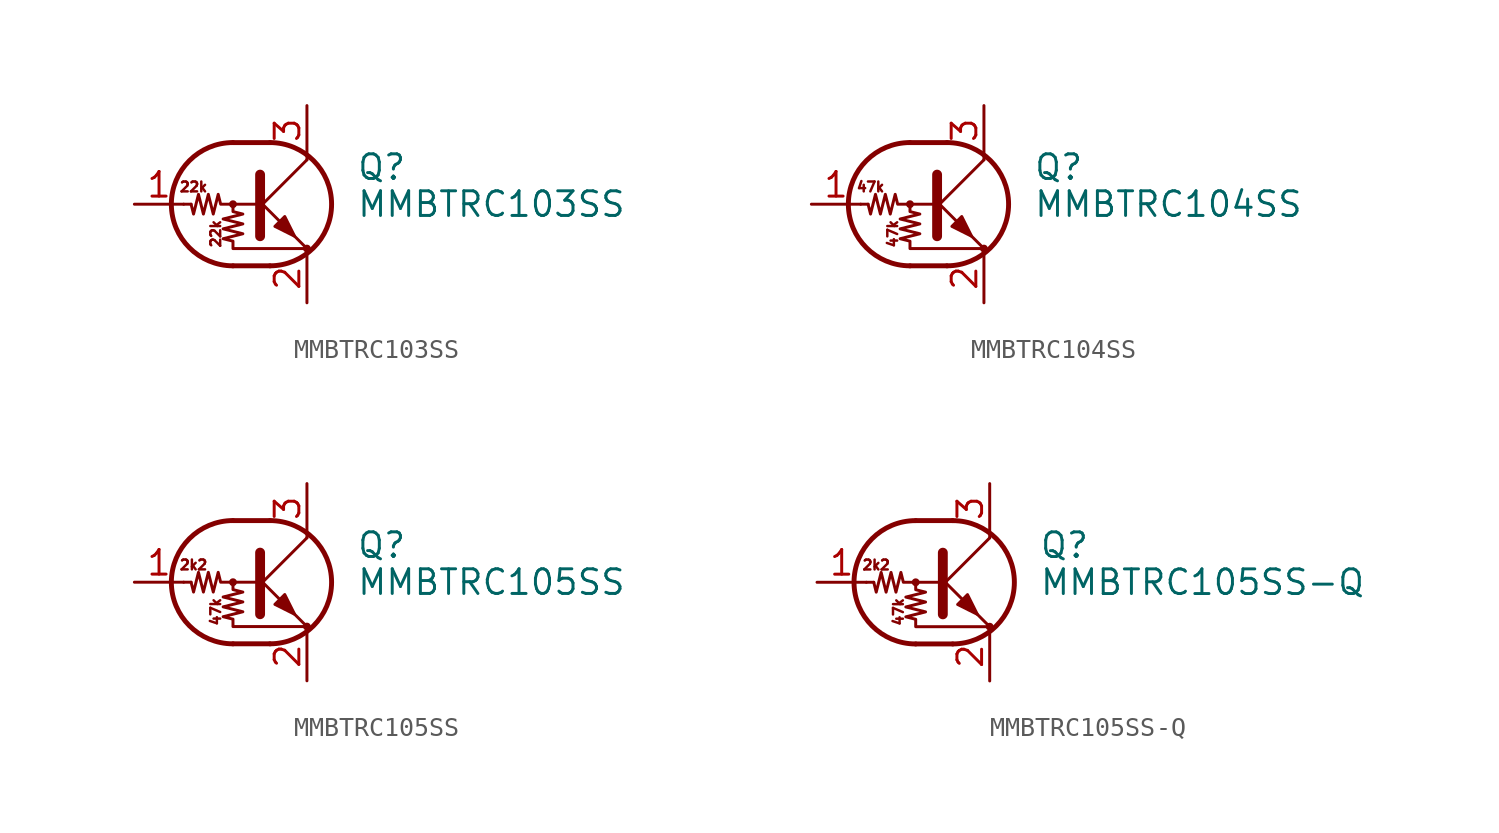
<source format=kicad_sym>
(kicad_symbol_lib
  (version 20241209)
  (generator "kicad_symbol_editor")
  (generator_version "9.0")
  (symbol "MMBTRC103SS"
    (pin_names
      (offset 0)
      (hide yes))
    (property "Reference" "Q"
      (at 5.08 1.905 0)
      (effects (font (size 1.27 1.27)) (justify left)))
    (property "Value" "MMBTRC103SS"
      (at 5.08 0 0)
      (effects (font (size 1.27 1.27)) (justify left)))
    (symbol "MMBTRC103SS_0_0"
      (text "22k" (at -3.302 0.889 0) (effects (font (size 0.508 0.508))))
      (text "22k" (at -2.159 -1.524 900) (effects (font (size 0.508 0.508)))))
    (symbol "MMBTRC103SS_0_1"
      (polyline (pts (xy -3.429 0) (xy -3.81 0)) (stroke (width 0) (type default)) (fill (type none)))
      (polyline (pts (xy -1.27 3.175) (xy 0.635 3.175)) (stroke (width 0.254) (type default)) (fill (type none)))
      (circle (center -1.27 0) (radius 0.127) (stroke (width 0) (type default)) (fill (type none)))
      (polyline (pts (xy -1.27 0) (xy -1.27 -0.381) (xy -0.762 -0.508) (xy -1.778 -0.762) (xy -0.762 -1.016) (xy -1.778 -1.27) (xy -0.762 -1.524) (xy -1.778 -1.778) (xy -1.27 -1.905) (xy -1.27 -2.286) (xy 2.54 -2.286)) (stroke (width 0) (type default)) (fill (type none)))
      (polyline (pts (xy -1.27 -3.175) (xy 0.635 -3.175)) (stroke (width 0.254) (type default)) (fill (type none)))
      (arc (start -1.27 -3.175) (mid -4.4312 0) (end -1.27 3.175) (stroke (width 0.254) (type default)) (fill (type none)))
      (polyline (pts (xy 0 0) (xy -1.905 0) (xy -2.032 0.508) (xy -2.286 -0.508) (xy -2.54 0.508) (xy -2.794 -0.508) (xy -3.048 0.508) (xy -3.302 -0.508) (xy -3.429 0)) (stroke (width 0) (type default)) (fill (type none)))
      (polyline (pts (xy 0 -0.254) (xy 2.54 2.286)) (stroke (width 0) (type default)) (fill (type none)))
      (polyline (pts (xy 0.127 1.524) (xy 0.127 -1.651)) (stroke (width 0.508) (type default)) (fill (type outline)))
      (arc (start 0.635 3.175) (mid 3.7962 0) (end 0.635 -3.175) (stroke (width 0.254) (type default)) (fill (type none)))
      (polyline (pts (xy 0.889 -1.143) (xy 1.397 -0.635) (xy 1.905 -1.651) (xy 0.889 -1.143)) (stroke (width 0) (type default)) (fill (type outline)))
      (polyline (pts (xy 2.54 2.286) (xy 2.54 2.54)) (stroke (width 0) (type default)) (fill (type none)))
      (polyline (pts (xy 2.54 -2.286) (xy 0 0.254) (xy 0 0.254)) (stroke (width 0) (type default)) (fill (type none)))
      (circle (center 2.54 -2.286) (radius 0.127) (stroke (width 0) (type default)) (fill (type none))))
    (symbol "MMBTRC103SS_1_1"
      (pin input line (at -6.35 0 0) (length 2.54) (name "B" (effects (font (size 1.27 1.27)))) (number "1" (effects (font (size 1.27 1.27)))))
      (pin passive line (at 2.54 5.08 270) (length 2.54) (name "C" (effects (font (size 1.27 1.27)))) (number "3" (effects (font (size 1.27 1.27)))))
      (pin passive line (at 2.54 -5.08 90) (length 2.54) (name "E" (effects (font (size 1.27 1.27)))) (number "2" (effects (font (size 1.27 1.27)))))))
  (symbol "MMBTRC104SS"
    (pin_names
      (offset 0)
      (hide yes))
    (property "Reference" "Q"
      (at 5.08 1.905 0)
      (effects (font (size 1.27 1.27)) (justify left)))
    (property "Value" "MMBTRC104SS"
      (at 5.08 0 0)
      (effects (font (size 1.27 1.27)) (justify left)))
    (symbol "MMBTRC104SS_0_0"
      (text "47k" (at -3.302 0.889 0) (effects (font (size 0.508 0.508))))
      (text "47k" (at -2.159 -1.524 900) (effects (font (size 0.508 0.508)))))
    (symbol "MMBTRC104SS_0_1"
      (polyline (pts (xy -3.429 0) (xy -3.81 0)) (stroke (width 0) (type default)) (fill (type none)))
      (polyline (pts (xy -1.27 3.175) (xy 0.635 3.175)) (stroke (width 0.254) (type default)) (fill (type none)))
      (circle (center -1.27 0) (radius 0.127) (stroke (width 0) (type default)) (fill (type none)))
      (polyline (pts (xy -1.27 0) (xy -1.27 -0.381) (xy -0.762 -0.508) (xy -1.778 -0.762) (xy -0.762 -1.016) (xy -1.778 -1.27) (xy -0.762 -1.524) (xy -1.778 -1.778) (xy -1.27 -1.905) (xy -1.27 -2.286) (xy 2.54 -2.286)) (stroke (width 0) (type default)) (fill (type none)))
      (polyline (pts (xy -1.27 -3.175) (xy 0.635 -3.175)) (stroke (width 0.254) (type default)) (fill (type none)))
      (arc (start -1.27 -3.175) (mid -4.4312 0) (end -1.27 3.175) (stroke (width 0.254) (type default)) (fill (type none)))
      (polyline (pts (xy 0 0) (xy -1.905 0) (xy -2.032 0.508) (xy -2.286 -0.508) (xy -2.54 0.508) (xy -2.794 -0.508) (xy -3.048 0.508) (xy -3.302 -0.508) (xy -3.429 0)) (stroke (width 0) (type default)) (fill (type none)))
      (polyline (pts (xy 0 -0.254) (xy 2.54 2.286)) (stroke (width 0) (type default)) (fill (type none)))
      (polyline (pts (xy 0.127 1.524) (xy 0.127 -1.651)) (stroke (width 0.508) (type default)) (fill (type outline)))
      (arc (start 0.635 3.175) (mid 3.7962 0) (end 0.635 -3.175) (stroke (width 0.254) (type default)) (fill (type none)))
      (polyline (pts (xy 0.889 -1.143) (xy 1.397 -0.635) (xy 1.905 -1.651) (xy 0.889 -1.143)) (stroke (width 0) (type default)) (fill (type outline)))
      (polyline (pts (xy 2.54 2.286) (xy 2.54 2.54)) (stroke (width 0) (type default)) (fill (type none)))
      (polyline (pts (xy 2.54 -2.286) (xy 0 0.254) (xy 0 0.254)) (stroke (width 0) (type default)) (fill (type none)))
      (circle (center 2.54 -2.286) (radius 0.127) (stroke (width 0) (type default)) (fill (type none))))
    (symbol "MMBTRC104SS_1_1"
      (pin input line (at -6.35 0 0) (length 2.54) (name "B" (effects (font (size 1.27 1.27)))) (number "1" (effects (font (size 1.27 1.27)))))
      (pin passive line (at 2.54 5.08 270) (length 2.54) (name "C" (effects (font (size 1.27 1.27)))) (number "3" (effects (font (size 1.27 1.27)))))
      (pin passive line (at 2.54 -5.08 90) (length 2.54) (name "E" (effects (font (size 1.27 1.27)))) (number "2" (effects (font (size 1.27 1.27)))))))
  (symbol "MMBTRC105SS"
    (pin_names
      (offset 0)
      (hide yes))
    (property "Reference" "Q"
      (at 5.08 1.905 0)
      (effects (font (size 1.27 1.27)) (justify left)))
    (property "Value" "MMBTRC105SS"
      (at 5.08 0 0)
      (effects (font (size 1.27 1.27)) (justify left)))
    (symbol "MMBTRC105SS_0_0"
      (text "2k2" (at -3.302 0.889 0) (effects (font (size 0.508 0.508))))
      (text "47k" (at -2.159 -1.524 900) (effects (font (size 0.508 0.508)))))
    (symbol "MMBTRC105SS_0_1"
      (polyline (pts (xy -3.429 0) (xy -3.81 0)) (stroke (width 0) (type default)) (fill (type none)))
      (polyline (pts (xy -1.27 3.175) (xy 0.635 3.175)) (stroke (width 0.254) (type default)) (fill (type none)))
      (circle (center -1.27 0) (radius 0.127) (stroke (width 0) (type default)) (fill (type none)))
      (polyline (pts (xy -1.27 0) (xy -1.27 -0.381) (xy -0.762 -0.508) (xy -1.778 -0.762) (xy -0.762 -1.016) (xy -1.778 -1.27) (xy -0.762 -1.524) (xy -1.778 -1.778) (xy -1.27 -1.905) (xy -1.27 -2.286) (xy 2.54 -2.286)) (stroke (width 0) (type default)) (fill (type none)))
      (polyline (pts (xy -1.27 -3.175) (xy 0.635 -3.175)) (stroke (width 0.254) (type default)) (fill (type none)))
      (arc (start -1.27 -3.175) (mid -4.4312 0) (end -1.27 3.175) (stroke (width 0.254) (type default)) (fill (type none)))
      (polyline (pts (xy 0 0) (xy -1.905 0) (xy -2.032 0.508) (xy -2.286 -0.508) (xy -2.54 0.508) (xy -2.794 -0.508) (xy -3.048 0.508) (xy -3.302 -0.508) (xy -3.429 0)) (stroke (width 0) (type default)) (fill (type none)))
      (polyline (pts (xy 0 -0.254) (xy 2.54 2.286)) (stroke (width 0) (type default)) (fill (type none)))
      (polyline (pts (xy 0.127 1.524) (xy 0.127 -1.651)) (stroke (width 0.508) (type default)) (fill (type outline)))
      (arc (start 0.635 3.175) (mid 3.7962 0) (end 0.635 -3.175) (stroke (width 0.254) (type default)) (fill (type none)))
      (polyline (pts (xy 0.889 -1.143) (xy 1.397 -0.635) (xy 1.905 -1.651) (xy 0.889 -1.143)) (stroke (width 0) (type default)) (fill (type outline)))
      (polyline (pts (xy 2.54 2.286) (xy 2.54 2.54)) (stroke (width 0) (type default)) (fill (type none)))
      (polyline (pts (xy 2.54 -2.286) (xy 0 0.254) (xy 0 0.254)) (stroke (width 0) (type default)) (fill (type none)))
      (circle (center 2.54 -2.286) (radius 0.127) (stroke (width 0) (type default)) (fill (type none))))
    (symbol "MMBTRC105SS_1_1"
      (pin input line (at -6.35 0 0) (length 2.54) (name "B" (effects (font (size 1.27 1.27)))) (number "1" (effects (font (size 1.27 1.27)))))
      (pin passive line (at 2.54 5.08 270) (length 2.54) (name "C" (effects (font (size 1.27 1.27)))) (number "3" (effects (font (size 1.27 1.27)))))
      (pin passive line (at 2.54 -5.08 90) (length 2.54) (name "E" (effects (font (size 1.27 1.27)))) (number "2" (effects (font (size 1.27 1.27)))))))
  (symbol "MMBTRC105SS-Q"
    (pin_names
      (offset 0)
      (hide yes))
    (property "Reference" "Q"
      (at 5.08 1.905 0)
      (effects (font (size 1.27 1.27)) (justify left)))
    (property "Value" "MMBTRC105SS-Q"
      (at 5.08 0 0)
      (effects (font (size 1.27 1.27)) (justify left)))
    (symbol "MMBTRC105SS-Q_0_0"
      (text "2k2" (at -3.302 0.889 0) (effects (font (size 0.508 0.508))))
      (text "47k" (at -2.159 -1.524 900) (effects (font (size 0.508 0.508)))))
    (symbol "MMBTRC105SS-Q_0_1"
      (polyline (pts (xy -3.429 0) (xy -3.81 0)) (stroke (width 0) (type default)) (fill (type none)))
      (polyline (pts (xy -1.27 3.175) (xy 0.635 3.175)) (stroke (width 0.254) (type default)) (fill (type none)))
      (circle (center -1.27 0) (radius 0.127) (stroke (width 0) (type default)) (fill (type none)))
      (polyline (pts (xy -1.27 0) (xy -1.27 -0.381) (xy -0.762 -0.508) (xy -1.778 -0.762) (xy -0.762 -1.016) (xy -1.778 -1.27) (xy -0.762 -1.524) (xy -1.778 -1.778) (xy -1.27 -1.905) (xy -1.27 -2.286) (xy 2.54 -2.286)) (stroke (width 0) (type default)) (fill (type none)))
      (polyline (pts (xy -1.27 -3.175) (xy 0.635 -3.175)) (stroke (width 0.254) (type default)) (fill (type none)))
      (arc (start -1.27 -3.175) (mid -4.4312 0) (end -1.27 3.175) (stroke (width 0.254) (type default)) (fill (type none)))
      (polyline (pts (xy 0 0) (xy -1.905 0) (xy -2.032 0.508) (xy -2.286 -0.508) (xy -2.54 0.508) (xy -2.794 -0.508) (xy -3.048 0.508) (xy -3.302 -0.508) (xy -3.429 0)) (stroke (width 0) (type default)) (fill (type none)))
      (polyline (pts (xy 0 -0.254) (xy 2.54 2.286)) (stroke (width 0) (type default)) (fill (type none)))
      (polyline (pts (xy 0.127 1.524) (xy 0.127 -1.651)) (stroke (width 0.508) (type default)) (fill (type outline)))
      (arc (start 0.635 3.175) (mid 3.7962 0) (end 0.635 -3.175) (stroke (width 0.254) (type default)) (fill (type none)))
      (polyline (pts (xy 0.889 -1.143) (xy 1.397 -0.635) (xy 1.905 -1.651) (xy 0.889 -1.143)) (stroke (width 0) (type default)) (fill (type outline)))
      (polyline (pts (xy 2.54 2.286) (xy 2.54 2.54)) (stroke (width 0) (type default)) (fill (type none)))
      (polyline (pts (xy 2.54 -2.286) (xy 0 0.254) (xy 0 0.254)) (stroke (width 0) (type default)) (fill (type none)))
      (circle (center 2.54 -2.286) (radius 0.127) (stroke (width 0) (type default)) (fill (type none))))
    (symbol "MMBTRC105SS-Q_1_1"
      (pin input line (at -6.35 0 0) (length 2.54) (name "B" (effects (font (size 1.27 1.27)))) (number "1" (effects (font (size 1.27 1.27)))))
      (pin passive line (at 2.54 5.08 270) (length 2.54) (name "C" (effects (font (size 1.27 1.27)))) (number "3" (effects (font (size 1.27 1.27)))))
      (pin passive line (at 2.54 -5.08 90) (length 2.54) (name "E" (effects (font (size 1.27 1.27)))) (number "2" (effects (font (size 1.27 1.27))))))))
</source>
